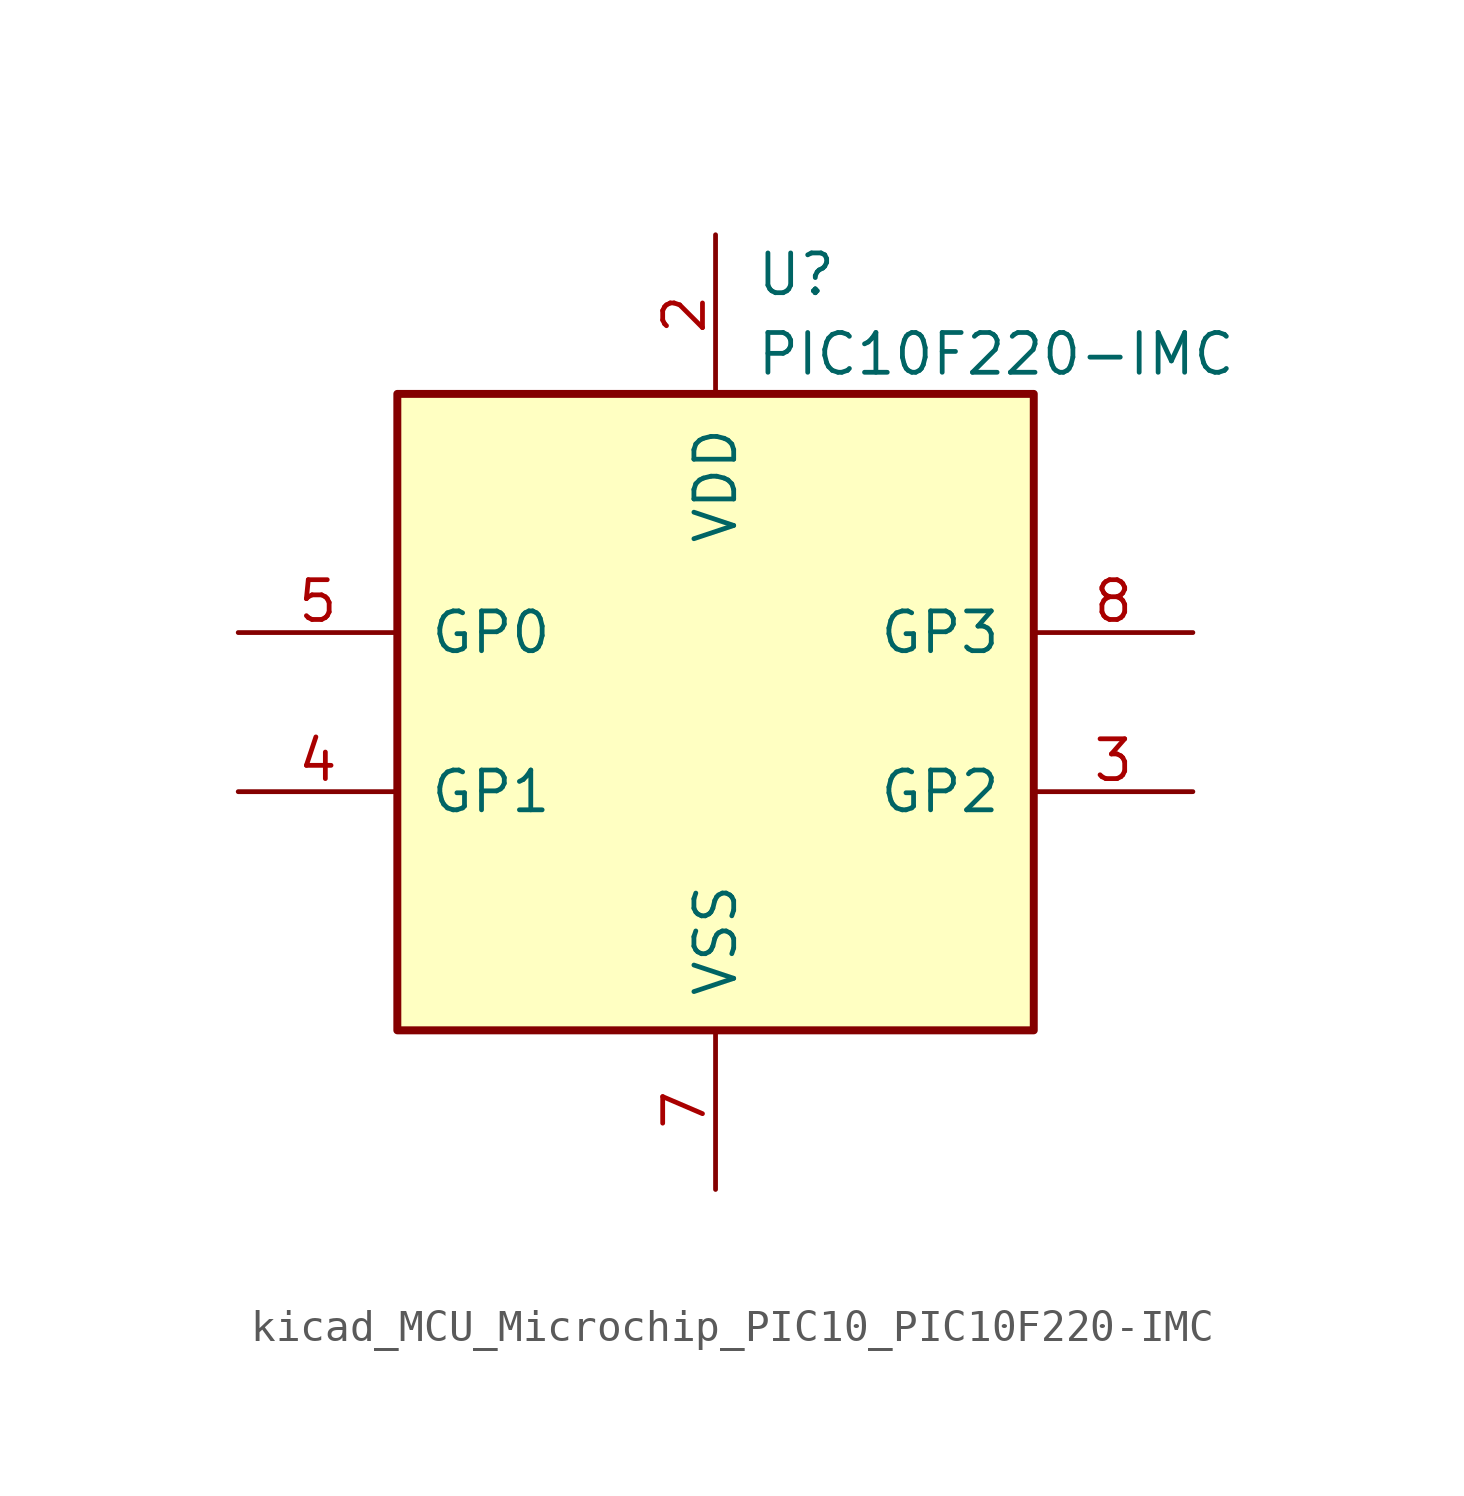
<source format=kicad_sym>
(kicad_symbol_lib
  (version 20220914)
  (generator kicad_symbol_editor)
  (symbol "kicad_MCU_Microchip_PIC10_PIC10F220-IMC"
    (pin_names
      (offset 1.016))
    (property "Reference" "U"
      (at 1.27 13.97 0)
      (effects (font (size 1.27 1.27)) (justify left)))
    (property "Value" "PIC10F220-IMC"
      (at 1.27 11.43 0)
      (effects (font (size 1.27 1.27)) (justify left)))
    (symbol "kicad_MCU_Microchip_PIC10_PIC10F220-IMC_0_1"
      (rectangle (start -10.16 10.16) (end 10.16 -10.16) (stroke (width 0.254) (type default)) (fill (type background))))
    (symbol "kicad_MCU_Microchip_PIC10_PIC10F220-IMC_1_1"
      (pin power_in line (at 0 15.24 270) (length 5.08) (name "VDD" (effects (font (size 1.27 1.27)))) (number "2" (effects (font (size 1.27 1.27)))))
      (pin bidirectional line (at 15.24 -2.54 180) (length 5.08) (name "GP2" (effects (font (size 1.27 1.27)))) (number "3" (effects (font (size 1.27 1.27)))))
      (pin bidirectional line (at -15.24 -2.54 0) (length 5.08) (name "GP1" (effects (font (size 1.27 1.27)))) (number "4" (effects (font (size 1.27 1.27)))))
      (pin bidirectional line (at -15.24 2.54 0) (length 5.08) (name "GP0" (effects (font (size 1.27 1.27)))) (number "5" (effects (font (size 1.27 1.27)))))
      (pin power_in line (at 0 -15.24 90) (length 5.08) (name "VSS" (effects (font (size 1.27 1.27)))) (number "7" (effects (font (size 1.27 1.27)))))
      (pin input line (at 15.24 2.54 180) (length 5.08) (name "GP3" (effects (font (size 1.27 1.27)))) (number "8" (effects (font (size 1.27 1.27))))))))
</source>
